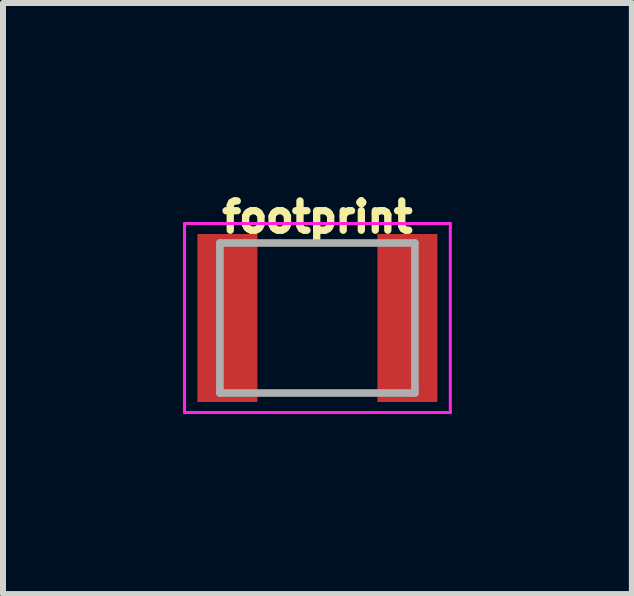
<source format=kicad_pcb>
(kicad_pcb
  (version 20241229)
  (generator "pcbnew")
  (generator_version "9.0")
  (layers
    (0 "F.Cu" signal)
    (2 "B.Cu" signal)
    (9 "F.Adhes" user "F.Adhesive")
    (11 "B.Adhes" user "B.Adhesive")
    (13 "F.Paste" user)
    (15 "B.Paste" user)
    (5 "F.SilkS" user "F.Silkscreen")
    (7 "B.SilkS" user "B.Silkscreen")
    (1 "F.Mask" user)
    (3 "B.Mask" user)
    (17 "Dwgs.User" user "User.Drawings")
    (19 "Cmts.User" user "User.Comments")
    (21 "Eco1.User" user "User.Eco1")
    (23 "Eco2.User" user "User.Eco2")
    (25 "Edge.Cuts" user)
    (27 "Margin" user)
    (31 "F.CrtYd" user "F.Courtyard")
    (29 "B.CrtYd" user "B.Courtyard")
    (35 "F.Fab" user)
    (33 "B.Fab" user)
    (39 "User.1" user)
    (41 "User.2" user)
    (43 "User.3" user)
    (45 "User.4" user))
  (footprint "footprint"
    (layer "F.Cu")
    (at 2.24 2.25)
    (property "Reference" "footprint" (at 0 -1.397 0) (layer "F.SilkS") (effects (font (size 0.488 0.488) (thickness 0.122)) (justify bottom)))
    (fp_line (start -2.215 -1.575) (end 2.215 -1.575) (stroke (width 0.051) (type solid)) (layer "F.CrtYd"))
    (fp_line (start -2.215 1.575) (end -2.215 -1.575) (stroke (width 0.051) (type solid)) (layer "F.CrtYd"))
    (fp_line (start 2.215 -1.575) (end 2.215 1.575) (stroke (width 0.051) (type solid)) (layer "F.CrtYd"))
    (fp_line (start 2.215 1.575) (end -2.215 1.575) (stroke (width 0.051) (type solid)) (layer "F.CrtYd"))
    (fp_line (start -1.625 -1.25) (end 1.625 -1.25) (stroke (width 0.127) (type solid)) (layer "F.Fab"))
    (fp_line (start -1.625 1.25) (end -1.625 -1.25) (stroke (width 0.127) (type solid)) (layer "F.Fab"))
    (fp_line (start 1.625 1.25) (end -1.625 1.25) (stroke (width 0.127) (type solid)) (layer "F.Fab"))
    (fp_line (start 1.625 -1.25) (end 1.625 1.25) (stroke (width 0.127) (type solid)) (layer "F.Fab"))
    (pad "1" smd rect (at -1.5 0) (size 1 2.8) (layers "F.Cu" "F.Mask" "F.Paste"))
    (pad "2" smd rect (at 1.5 0) (size 1 2.8) (layers "F.Cu" "F.Mask" "F.Paste")))
  (gr_rect
    (start -3 -3)
    (end 7.481 6.851)
    (stroke (width 0.1) (type default))
    (fill no)
    (layer "Edge.Cuts")))
</source>
